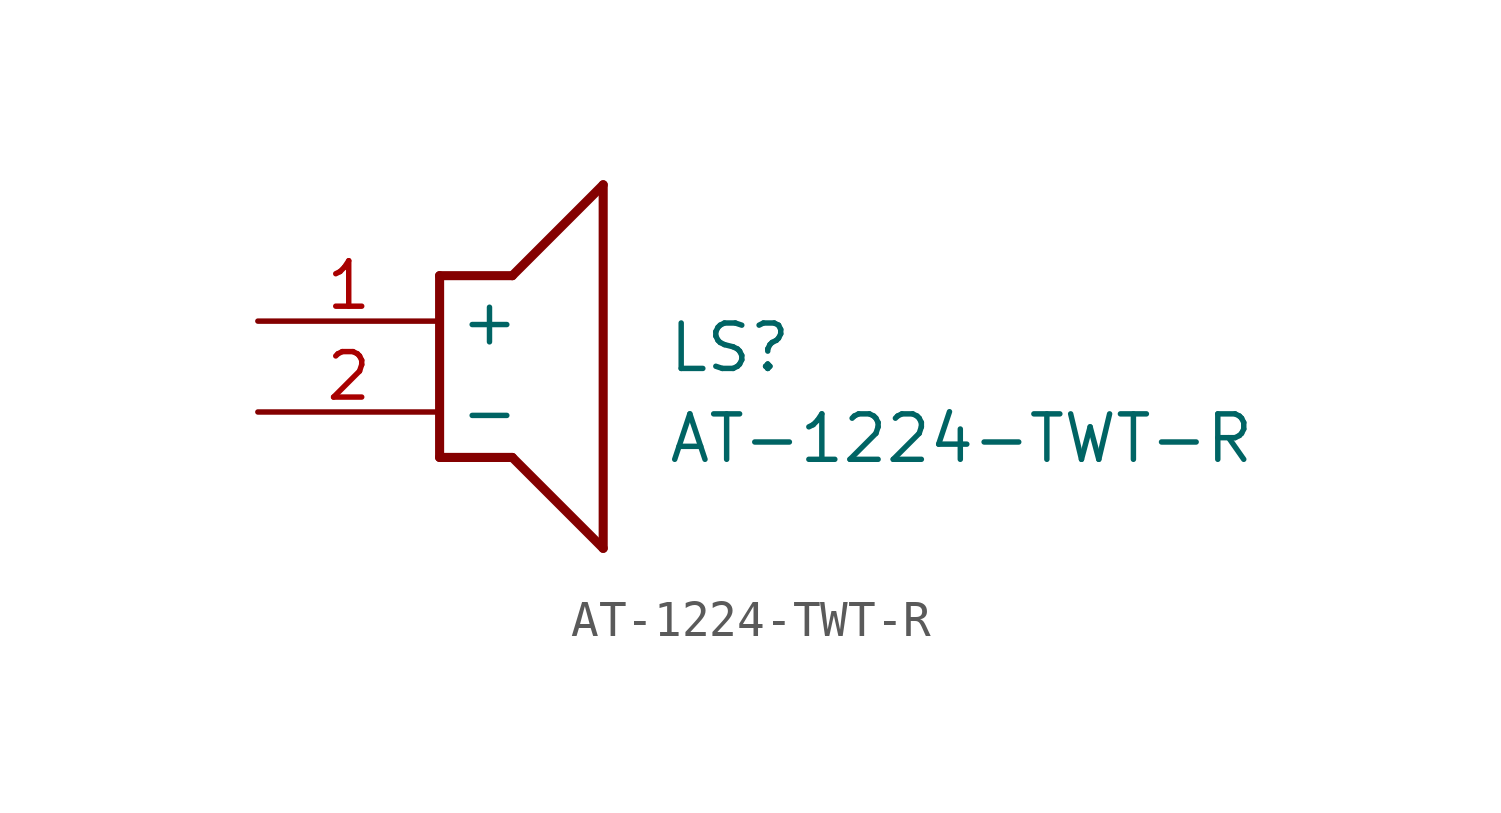
<source format=kicad_sym>
(kicad_symbol_lib
  (version 20211014)
  (generator SamacSys_ECAD_Model)
  (symbol "AT-1224-TWT-R"
    (property "Reference" "LS"
      (at 11.43 0 0)
      (effects (font (size 1.27 1.27)) (justify left top)))
    (property "Value" "AT-1224-TWT-R"
      (at 11.43 -2.54 0)
      (effects (font (size 1.27 1.27)) (justify left top)))
    (polyline
      (pts (xy 5.08 1.27) (xy 7.112 1.27))
      (stroke (width 0.254) (type default))
      (fill (type none)))
    (polyline
      (pts (xy 9.652 3.81) (xy 7.112 1.27))
      (stroke (width 0.254) (type default))
      (fill (type none)))
    (polyline
      (pts (xy 9.652 3.81) (xy 9.652 -6.35))
      (stroke (width 0.254) (type default))
      (fill (type none)))
    (polyline
      (pts (xy 7.112 -3.81) (xy 9.652 -6.35))
      (stroke (width 0.254) (type default))
      (fill (type none)))
    (polyline
      (pts (xy 7.112 -3.81) (xy 5.08 -3.81))
      (stroke (width 0.254) (type default))
      (fill (type none)))
    (polyline
      (pts (xy 5.08 1.27) (xy 5.08 -3.81))
      (stroke (width 0.254) (type default))
      (fill (type none)))
    (pin passive line
      (at 0 0 0)
      (length 5.08)
      (name "+" (effects (font (size 1.27 1.27))))
      (number "1" (effects (font (size 1.27 1.27)))))
    (pin passive line
      (at 0 -2.54 0)
      (length 5.08)
      (name "-" (effects (font (size 1.27 1.27))))
      (number "2" (effects (font (size 1.27 1.27)))))))
</source>
